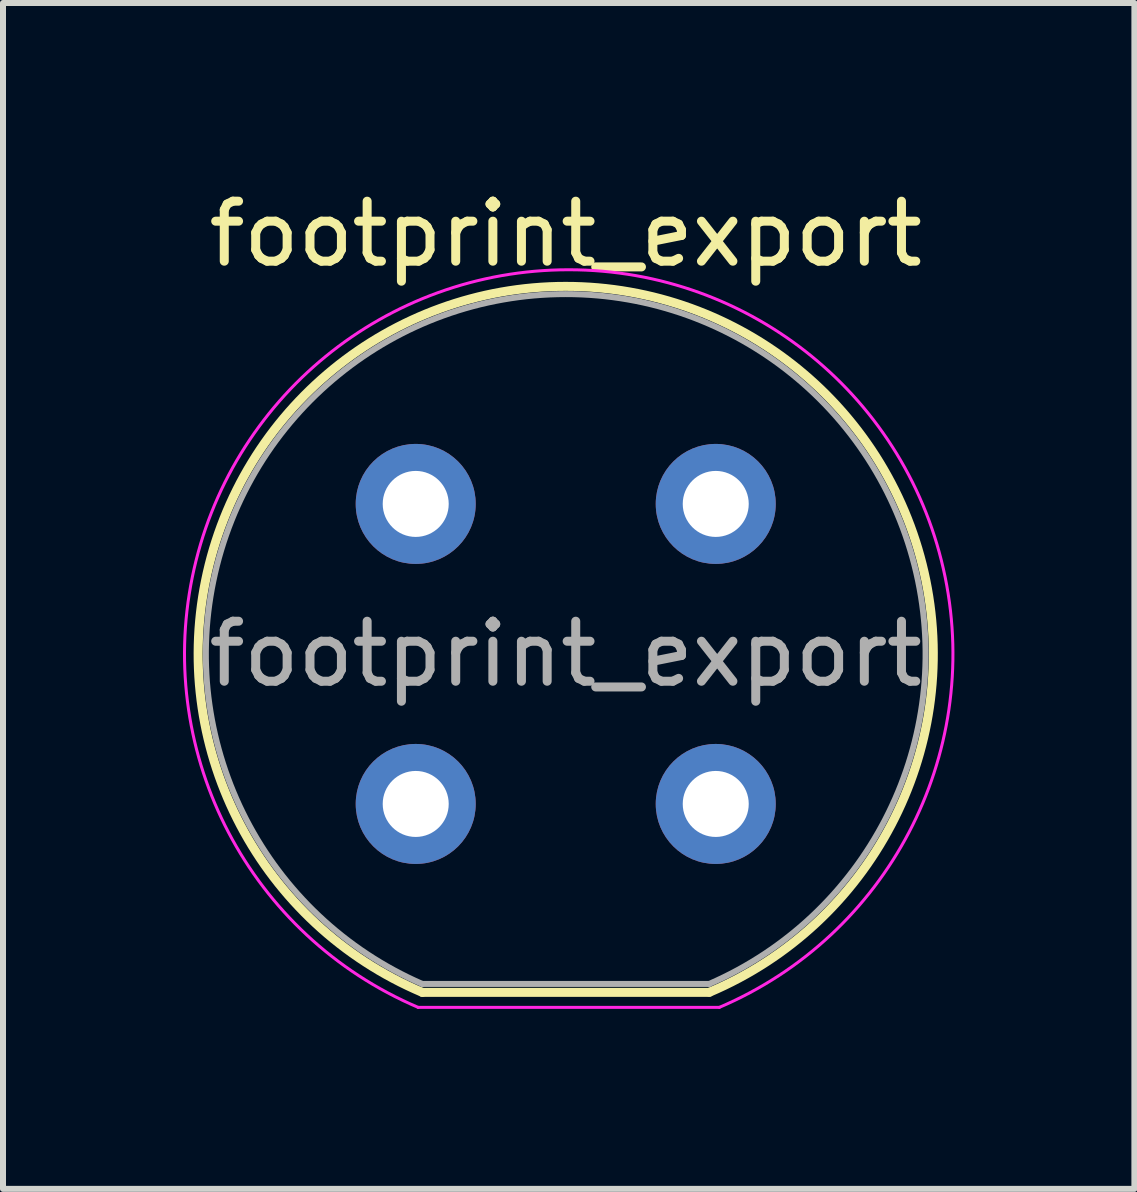
<source format=kicad_pcb>
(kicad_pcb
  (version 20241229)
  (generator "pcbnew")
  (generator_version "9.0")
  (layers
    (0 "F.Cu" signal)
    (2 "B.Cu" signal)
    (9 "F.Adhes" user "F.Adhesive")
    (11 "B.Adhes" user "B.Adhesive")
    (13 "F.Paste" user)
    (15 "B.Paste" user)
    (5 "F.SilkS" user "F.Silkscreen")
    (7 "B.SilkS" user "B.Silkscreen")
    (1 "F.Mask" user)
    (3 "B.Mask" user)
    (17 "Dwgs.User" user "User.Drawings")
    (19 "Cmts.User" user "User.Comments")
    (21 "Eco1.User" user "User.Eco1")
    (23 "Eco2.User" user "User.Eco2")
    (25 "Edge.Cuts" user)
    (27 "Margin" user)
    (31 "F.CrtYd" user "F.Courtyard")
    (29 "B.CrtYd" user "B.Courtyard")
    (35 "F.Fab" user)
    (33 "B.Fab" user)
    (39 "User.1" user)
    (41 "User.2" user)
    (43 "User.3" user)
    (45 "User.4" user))
  (footprint "footprint_export"
    (layer "F.Cu")
    (at 3.878 5.348)
    (property "Reference" "footprint_export" (at 2.5 -4.5 0) (layer "F.SilkS") (effects (font (size 1 1) (thickness 0.15))))
    (attr through_hole)
    (fp_line (start 4.89 8.14) (end 0.11 8.14) (stroke (width 0.15) (type solid)) (layer "F.SilkS"))
    (fp_arc (start 0.11 8.14) (mid 2.496283 -3.625495) (end 4.896843 8.137095) (stroke (width 0.15) (type solid)) (layer "F.SilkS"))
    (fp_line (start 0.04 8.39) (end 5.06 8.39) (stroke (width 0.05) (type solid)) (layer "F.CrtYd"))
    (fp_arc (start 0.04 8.39) (mid 2.55 -3.902515) (end 5.06 8.39) (stroke (width 0.05) (type solid)) (layer "F.CrtYd"))
    (fp_line (start 0.11 8) (end 4.89 8) (stroke (width 0.1) (type solid)) (layer "F.Fab"))
    (fp_arc (start 0.11 8) (mid 2.498654 -3.496841) (end 4.892469 7.998926) (stroke (width 0.1) (type solid)) (layer "F.Fab"))
    (fp_text user "${REFERENCE}" (at 2.5 2.5 0) (layer "F.Fab") (effects (font (size 1 1) (thickness 0.15))))
    (pad "1" thru_hole circle (at 0 0) (size 2 2) (drill 1.1) (layers "*.Cu" "*.Mask"))
    (pad "2" thru_hole circle (at 5 0) (size 2 2) (drill 1.1) (layers "*.Cu" "*.Mask"))
    (pad "3" thru_hole circle (at 0 5) (size 2 2) (drill 1.1) (layers "*.Cu" "*.Mask"))
    (pad "4" thru_hole circle (at 5 5) (size 2 2) (drill 1.1) (layers "*.Cu" "*.Mask")))
  (gr_rect
    (start -3 -3)
    (end 15.855 16.763)
    (stroke (width 0.1) (type default))
    (fill no)
    (layer "Edge.Cuts")))
</source>
